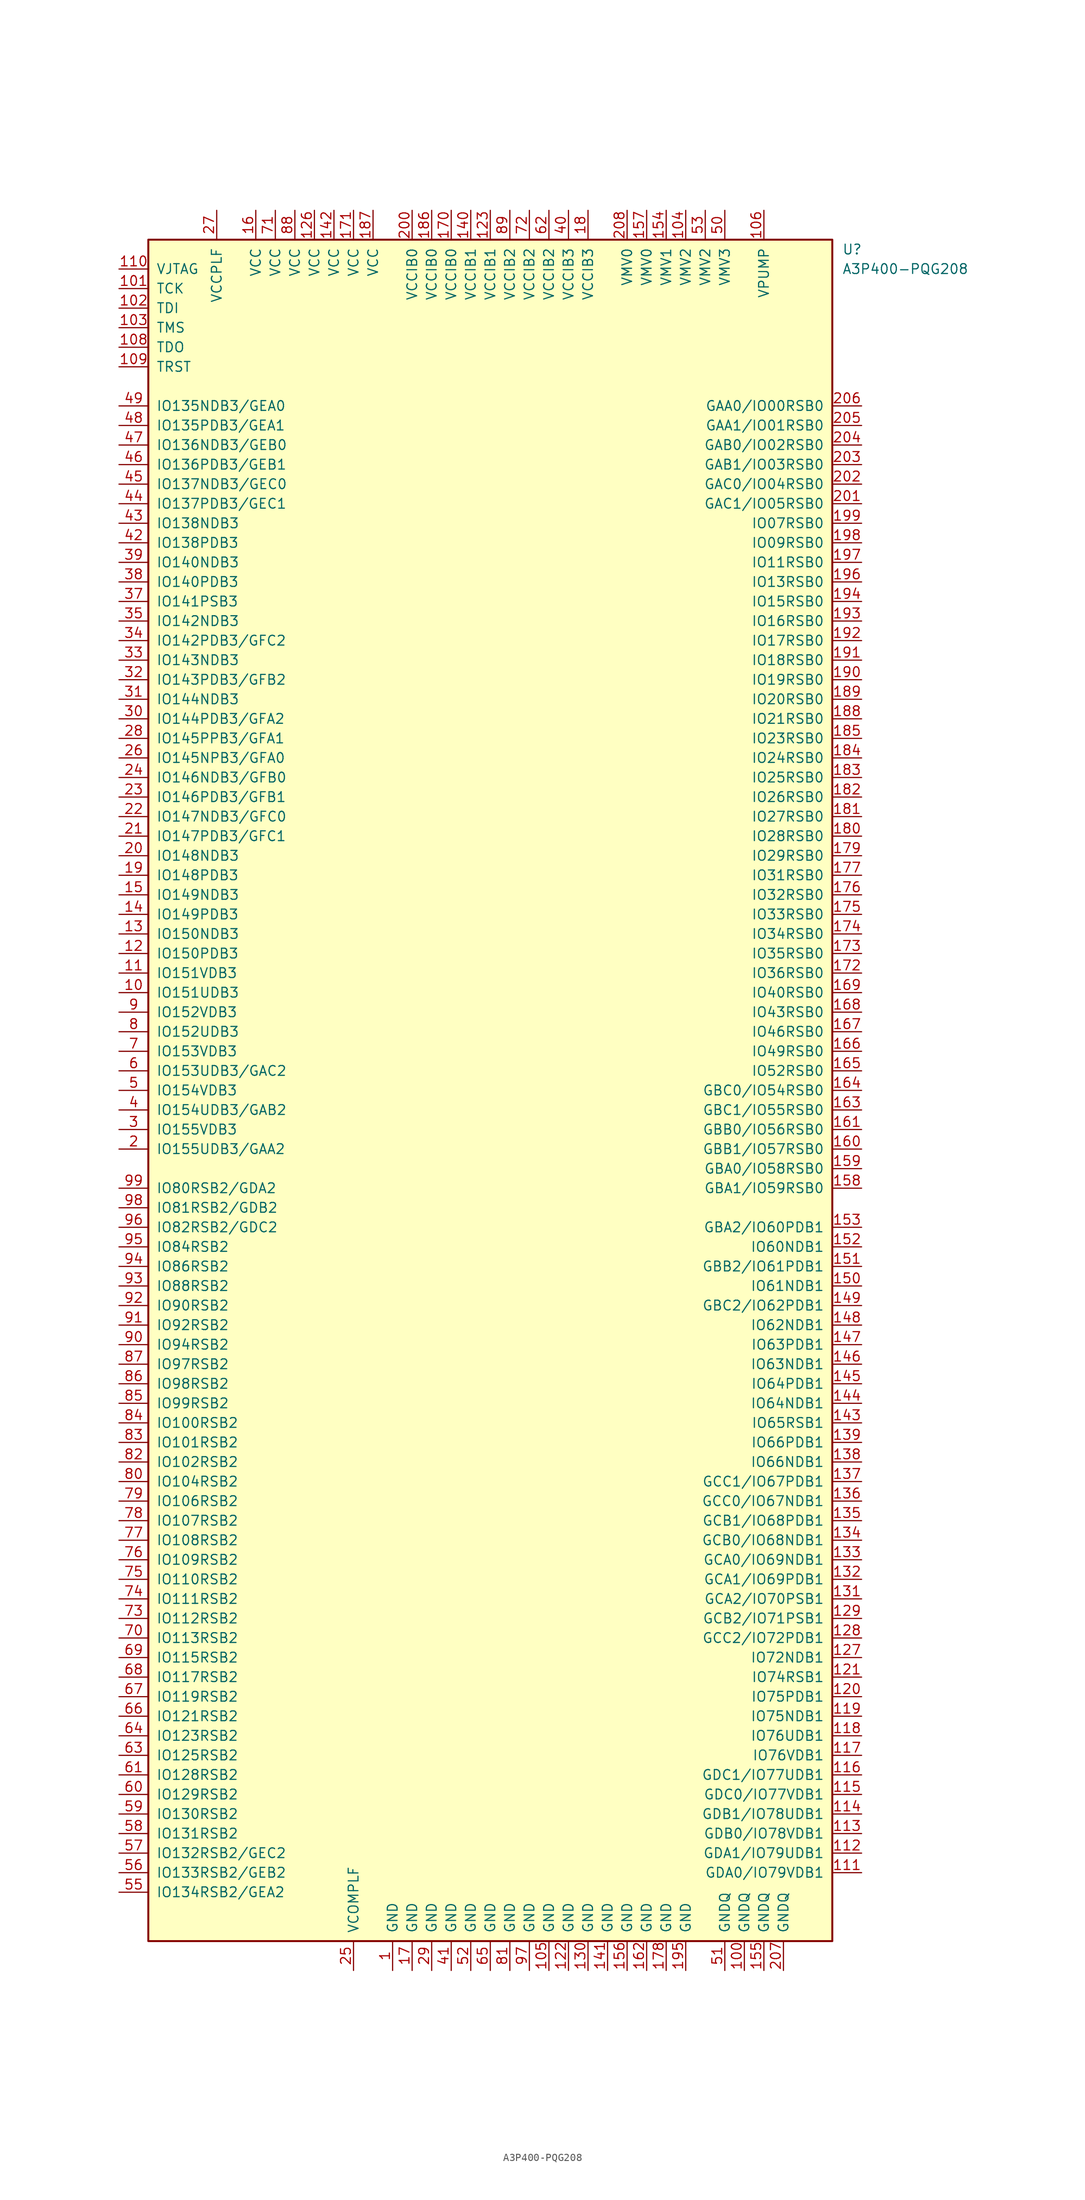
<source format=kicad_sym>
(kicad_symbol_lib
  (version 20201005)
  (generator kicad_symbol_editor)
  (symbol "A3P400-PQG208"
    (pin_names
      (offset 1.016))
    (property "Reference" "U"
      (at 45.72 109.22 0)
      (effects (font (size 1.27 1.27)) (justify left)))
    (property "Value" "A3P400-PQG208"
      (at 45.72 106.68 0)
      (effects (font (size 1.27 1.27)) (justify left)))
    (symbol "A3P400-PQG208_1_0"
      (rectangle (start -44.45 -110.49) (end 44.45 110.49) (stroke (width 0.254)) (fill (type background))))
    (symbol "A3P400-PQG208_1_1"
      (pin power_in line (at -12.7 -114.3 90) (length 3.81) (name "GND" (effects (font (size 1.27 1.27)))) (number "1" (effects (font (size 1.27 1.27)))))
      (pin bidirectional line (at -48.26 12.7 0) (length 3.81) (name "IO151UDB3" (effects (font (size 1.27 1.27)))) (number "10" (effects (font (size 1.27 1.27)))))
      (pin power_in line (at 33.02 -114.3 90) (length 3.81) (name "GNDQ" (effects (font (size 1.27 1.27)))) (number "100" (effects (font (size 1.27 1.27)))))
      (pin bidirectional line (at -48.26 104.14 0) (length 3.81) (name "TCK" (effects (font (size 1.27 1.27)))) (number "101" (effects (font (size 1.27 1.27)))))
      (pin bidirectional line (at -48.26 101.6 0) (length 3.81) (name "TDI" (effects (font (size 1.27 1.27)))) (number "102" (effects (font (size 1.27 1.27)))))
      (pin bidirectional line (at -48.26 99.06 0) (length 3.81) (name "TMS" (effects (font (size 1.27 1.27)))) (number "103" (effects (font (size 1.27 1.27)))))
      (pin power_in line (at 25.4 114.3 270) (length 3.81) (name "VMV2" (effects (font (size 1.27 1.27)))) (number "104" (effects (font (size 1.27 1.27)))))
      (pin power_in line (at 7.62 -114.3 90) (length 3.81) (name "GND" (effects (font (size 1.27 1.27)))) (number "105" (effects (font (size 1.27 1.27)))))
      (pin power_in line (at 35.56 114.3 270) (length 3.81) (name "VPUMP" (effects (font (size 1.27 1.27)))) (number "106" (effects (font (size 1.27 1.27)))))
      (pin bidirectional line (at -48.26 96.52 0) (length 3.81) (name "TDO" (effects (font (size 1.27 1.27)))) (number "108" (effects (font (size 1.27 1.27)))))
      (pin bidirectional line (at -48.26 93.98 0) (length 3.81) (name "TRST" (effects (font (size 1.27 1.27)))) (number "109" (effects (font (size 1.27 1.27)))))
      (pin bidirectional line (at -48.26 15.24 0) (length 3.81) (name "IO151VDB3" (effects (font (size 1.27 1.27)))) (number "11" (effects (font (size 1.27 1.27)))))
      (pin power_in line (at -48.26 106.68 0) (length 3.81) (name "VJTAG" (effects (font (size 1.27 1.27)))) (number "110" (effects (font (size 1.27 1.27)))))
      (pin bidirectional line (at 48.26 -101.6 180) (length 3.81) (name "GDA0/IO79VDB1" (effects (font (size 1.27 1.27)))) (number "111" (effects (font (size 1.27 1.27)))))
      (pin bidirectional line (at 48.26 -99.06 180) (length 3.81) (name "GDA1/IO79UDB1" (effects (font (size 1.27 1.27)))) (number "112" (effects (font (size 1.27 1.27)))))
      (pin bidirectional line (at 48.26 -96.52 180) (length 3.81) (name "GDB0/IO78VDB1" (effects (font (size 1.27 1.27)))) (number "113" (effects (font (size 1.27 1.27)))))
      (pin bidirectional line (at 48.26 -93.98 180) (length 3.81) (name "GDB1/IO78UDB1" (effects (font (size 1.27 1.27)))) (number "114" (effects (font (size 1.27 1.27)))))
      (pin bidirectional line (at 48.26 -91.44 180) (length 3.81) (name "GDC0/IO77VDB1" (effects (font (size 1.27 1.27)))) (number "115" (effects (font (size 1.27 1.27)))))
      (pin bidirectional line (at 48.26 -88.9 180) (length 3.81) (name "GDC1/IO77UDB1" (effects (font (size 1.27 1.27)))) (number "116" (effects (font (size 1.27 1.27)))))
      (pin bidirectional line (at 48.26 -86.36 180) (length 3.81) (name "IO76VDB1" (effects (font (size 1.27 1.27)))) (number "117" (effects (font (size 1.27 1.27)))))
      (pin bidirectional line (at 48.26 -83.82 180) (length 3.81) (name "IO76UDB1" (effects (font (size 1.27 1.27)))) (number "118" (effects (font (size 1.27 1.27)))))
      (pin bidirectional line (at 48.26 -81.28 180) (length 3.81) (name "IO75NDB1" (effects (font (size 1.27 1.27)))) (number "119" (effects (font (size 1.27 1.27)))))
      (pin bidirectional line (at -48.26 17.78 0) (length 3.81) (name "IO150PDB3" (effects (font (size 1.27 1.27)))) (number "12" (effects (font (size 1.27 1.27)))))
      (pin bidirectional line (at 48.26 -78.74 180) (length 3.81) (name "IO75PDB1" (effects (font (size 1.27 1.27)))) (number "120" (effects (font (size 1.27 1.27)))))
      (pin bidirectional line (at 48.26 -76.2 180) (length 3.81) (name "IO74RSB1" (effects (font (size 1.27 1.27)))) (number "121" (effects (font (size 1.27 1.27)))))
      (pin power_in line (at 10.16 -114.3 90) (length 3.81) (name "GND" (effects (font (size 1.27 1.27)))) (number "122" (effects (font (size 1.27 1.27)))))
      (pin power_in line (at 0 114.3 270) (length 3.81) (name "VCCIB1" (effects (font (size 1.27 1.27)))) (number "123" (effects (font (size 1.27 1.27)))))
      (pin power_in line (at -22.86 114.3 270) (length 3.81) (name "VCC" (effects (font (size 1.27 1.27)))) (number "126" (effects (font (size 1.27 1.27)))))
      (pin bidirectional line (at 48.26 -73.66 180) (length 3.81) (name "IO72NDB1" (effects (font (size 1.27 1.27)))) (number "127" (effects (font (size 1.27 1.27)))))
      (pin bidirectional line (at 48.26 -71.12 180) (length 3.81) (name "GCC2/IO72PDB1" (effects (font (size 1.27 1.27)))) (number "128" (effects (font (size 1.27 1.27)))))
      (pin bidirectional line (at 48.26 -68.58 180) (length 3.81) (name "GCB2/IO71PSB1" (effects (font (size 1.27 1.27)))) (number "129" (effects (font (size 1.27 1.27)))))
      (pin bidirectional line (at -48.26 20.32 0) (length 3.81) (name "IO150NDB3" (effects (font (size 1.27 1.27)))) (number "13" (effects (font (size 1.27 1.27)))))
      (pin power_in line (at 12.7 -114.3 90) (length 3.81) (name "GND" (effects (font (size 1.27 1.27)))) (number "130" (effects (font (size 1.27 1.27)))))
      (pin bidirectional line (at 48.26 -66.04 180) (length 3.81) (name "GCA2/IO70PSB1" (effects (font (size 1.27 1.27)))) (number "131" (effects (font (size 1.27 1.27)))))
      (pin bidirectional line (at 48.26 -63.5 180) (length 3.81) (name "GCA1/IO69PDB1" (effects (font (size 1.27 1.27)))) (number "132" (effects (font (size 1.27 1.27)))))
      (pin bidirectional line (at 48.26 -60.96 180) (length 3.81) (name "GCA0/IO69NDB1" (effects (font (size 1.27 1.27)))) (number "133" (effects (font (size 1.27 1.27)))))
      (pin bidirectional line (at 48.26 -58.42 180) (length 3.81) (name "GCB0/IO68NDB1" (effects (font (size 1.27 1.27)))) (number "134" (effects (font (size 1.27 1.27)))))
      (pin bidirectional line (at 48.26 -55.88 180) (length 3.81) (name "GCB1/IO68PDB1" (effects (font (size 1.27 1.27)))) (number "135" (effects (font (size 1.27 1.27)))))
      (pin bidirectional line (at 48.26 -53.34 180) (length 3.81) (name "GCC0/IO67NDB1" (effects (font (size 1.27 1.27)))) (number "136" (effects (font (size 1.27 1.27)))))
      (pin bidirectional line (at 48.26 -50.8 180) (length 3.81) (name "GCC1/IO67PDB1" (effects (font (size 1.27 1.27)))) (number "137" (effects (font (size 1.27 1.27)))))
      (pin bidirectional line (at 48.26 -48.26 180) (length 3.81) (name "IO66NDB1" (effects (font (size 1.27 1.27)))) (number "138" (effects (font (size 1.27 1.27)))))
      (pin bidirectional line (at 48.26 -45.72 180) (length 3.81) (name "IO66PDB1" (effects (font (size 1.27 1.27)))) (number "139" (effects (font (size 1.27 1.27)))))
      (pin bidirectional line (at -48.26 22.86 0) (length 3.81) (name "IO149PDB3" (effects (font (size 1.27 1.27)))) (number "14" (effects (font (size 1.27 1.27)))))
      (pin power_in line (at -2.54 114.3 270) (length 3.81) (name "VCCIB1" (effects (font (size 1.27 1.27)))) (number "140" (effects (font (size 1.27 1.27)))))
      (pin power_in line (at 15.24 -114.3 90) (length 3.81) (name "GND" (effects (font (size 1.27 1.27)))) (number "141" (effects (font (size 1.27 1.27)))))
      (pin power_in line (at -20.32 114.3 270) (length 3.81) (name "VCC" (effects (font (size 1.27 1.27)))) (number "142" (effects (font (size 1.27 1.27)))))
      (pin bidirectional line (at 48.26 -43.18 180) (length 3.81) (name "IO65RSB1" (effects (font (size 1.27 1.27)))) (number "143" (effects (font (size 1.27 1.27)))))
      (pin bidirectional line (at 48.26 -40.64 180) (length 3.81) (name "IO64NDB1" (effects (font (size 1.27 1.27)))) (number "144" (effects (font (size 1.27 1.27)))))
      (pin bidirectional line (at 48.26 -38.1 180) (length 3.81) (name "IO64PDB1" (effects (font (size 1.27 1.27)))) (number "145" (effects (font (size 1.27 1.27)))))
      (pin bidirectional line (at 48.26 -35.56 180) (length 3.81) (name "IO63NDB1" (effects (font (size 1.27 1.27)))) (number "146" (effects (font (size 1.27 1.27)))))
      (pin bidirectional line (at 48.26 -33.02 180) (length 3.81) (name "IO63PDB1" (effects (font (size 1.27 1.27)))) (number "147" (effects (font (size 1.27 1.27)))))
      (pin bidirectional line (at 48.26 -30.48 180) (length 3.81) (name "IO62NDB1" (effects (font (size 1.27 1.27)))) (number "148" (effects (font (size 1.27 1.27)))))
      (pin bidirectional line (at 48.26 -27.94 180) (length 3.81) (name "GBC2/IO62PDB1" (effects (font (size 1.27 1.27)))) (number "149" (effects (font (size 1.27 1.27)))))
      (pin bidirectional line (at -48.26 25.4 0) (length 3.81) (name "IO149NDB3" (effects (font (size 1.27 1.27)))) (number "15" (effects (font (size 1.27 1.27)))))
      (pin bidirectional line (at 48.26 -25.4 180) (length 3.81) (name "IO61NDB1" (effects (font (size 1.27 1.27)))) (number "150" (effects (font (size 1.27 1.27)))))
      (pin bidirectional line (at 48.26 -22.86 180) (length 3.81) (name "GBB2/IO61PDB1" (effects (font (size 1.27 1.27)))) (number "151" (effects (font (size 1.27 1.27)))))
      (pin bidirectional line (at 48.26 -20.32 180) (length 3.81) (name "IO60NDB1" (effects (font (size 1.27 1.27)))) (number "152" (effects (font (size 1.27 1.27)))))
      (pin bidirectional line (at 48.26 -17.78 180) (length 3.81) (name "GBA2/IO60PDB1" (effects (font (size 1.27 1.27)))) (number "153" (effects (font (size 1.27 1.27)))))
      (pin power_in line (at 22.86 114.3 270) (length 3.81) (name "VMV1" (effects (font (size 1.27 1.27)))) (number "154" (effects (font (size 1.27 1.27)))))
      (pin power_in line (at 35.56 -114.3 90) (length 3.81) (name "GNDQ" (effects (font (size 1.27 1.27)))) (number "155" (effects (font (size 1.27 1.27)))))
      (pin power_in line (at 17.78 -114.3 90) (length 3.81) (name "GND" (effects (font (size 1.27 1.27)))) (number "156" (effects (font (size 1.27 1.27)))))
      (pin power_in line (at 20.32 114.3 270) (length 3.81) (name "VMV0" (effects (font (size 1.27 1.27)))) (number "157" (effects (font (size 1.27 1.27)))))
      (pin bidirectional line (at 48.26 -12.7 180) (length 3.81) (name "GBA1/IO59RSB0" (effects (font (size 1.27 1.27)))) (number "158" (effects (font (size 1.27 1.27)))))
      (pin bidirectional line (at 48.26 -10.16 180) (length 3.81) (name "GBA0/IO58RSB0" (effects (font (size 1.27 1.27)))) (number "159" (effects (font (size 1.27 1.27)))))
      (pin power_in line (at -30.48 114.3 270) (length 3.81) (name "VCC" (effects (font (size 1.27 1.27)))) (number "16" (effects (font (size 1.27 1.27)))))
      (pin bidirectional line (at 48.26 -7.62 180) (length 3.81) (name "GBB1/IO57RSB0" (effects (font (size 1.27 1.27)))) (number "160" (effects (font (size 1.27 1.27)))))
      (pin bidirectional line (at 48.26 -5.08 180) (length 3.81) (name "GBB0/IO56RSB0" (effects (font (size 1.27 1.27)))) (number "161" (effects (font (size 1.27 1.27)))))
      (pin power_in line (at 20.32 -114.3 90) (length 3.81) (name "GND" (effects (font (size 1.27 1.27)))) (number "162" (effects (font (size 1.27 1.27)))))
      (pin bidirectional line (at 48.26 -2.54 180) (length 3.81) (name "GBC1/IO55RSB0" (effects (font (size 1.27 1.27)))) (number "163" (effects (font (size 1.27 1.27)))))
      (pin bidirectional line (at 48.26 0 180) (length 3.81) (name "GBC0/IO54RSB0" (effects (font (size 1.27 1.27)))) (number "164" (effects (font (size 1.27 1.27)))))
      (pin bidirectional line (at 48.26 2.54 180) (length 3.81) (name "IO52RSB0" (effects (font (size 1.27 1.27)))) (number "165" (effects (font (size 1.27 1.27)))))
      (pin bidirectional line (at 48.26 5.08 180) (length 3.81) (name "IO49RSB0" (effects (font (size 1.27 1.27)))) (number "166" (effects (font (size 1.27 1.27)))))
      (pin bidirectional line (at 48.26 7.62 180) (length 3.81) (name "IO46RSB0" (effects (font (size 1.27 1.27)))) (number "167" (effects (font (size 1.27 1.27)))))
      (pin bidirectional line (at 48.26 10.16 180) (length 3.81) (name "IO43RSB0" (effects (font (size 1.27 1.27)))) (number "168" (effects (font (size 1.27 1.27)))))
      (pin bidirectional line (at 48.26 12.7 180) (length 3.81) (name "IO40RSB0" (effects (font (size 1.27 1.27)))) (number "169" (effects (font (size 1.27 1.27)))))
      (pin power_in line (at -10.16 -114.3 90) (length 3.81) (name "GND" (effects (font (size 1.27 1.27)))) (number "17" (effects (font (size 1.27 1.27)))))
      (pin power_in line (at -5.08 114.3 270) (length 3.81) (name "VCCIB0" (effects (font (size 1.27 1.27)))) (number "170" (effects (font (size 1.27 1.27)))))
      (pin power_in line (at -17.78 114.3 270) (length 3.81) (name "VCC" (effects (font (size 1.27 1.27)))) (number "171" (effects (font (size 1.27 1.27)))))
      (pin bidirectional line (at 48.26 15.24 180) (length 3.81) (name "IO36RSB0" (effects (font (size 1.27 1.27)))) (number "172" (effects (font (size 1.27 1.27)))))
      (pin bidirectional line (at 48.26 17.78 180) (length 3.81) (name "IO35RSB0" (effects (font (size 1.27 1.27)))) (number "173" (effects (font (size 1.27 1.27)))))
      (pin bidirectional line (at 48.26 20.32 180) (length 3.81) (name "IO34RSB0" (effects (font (size 1.27 1.27)))) (number "174" (effects (font (size 1.27 1.27)))))
      (pin bidirectional line (at 48.26 22.86 180) (length 3.81) (name "IO33RSB0" (effects (font (size 1.27 1.27)))) (number "175" (effects (font (size 1.27 1.27)))))
      (pin bidirectional line (at 48.26 25.4 180) (length 3.81) (name "IO32RSB0" (effects (font (size 1.27 1.27)))) (number "176" (effects (font (size 1.27 1.27)))))
      (pin bidirectional line (at 48.26 27.94 180) (length 3.81) (name "IO31RSB0" (effects (font (size 1.27 1.27)))) (number "177" (effects (font (size 1.27 1.27)))))
      (pin power_in line (at 22.86 -114.3 90) (length 3.81) (name "GND" (effects (font (size 1.27 1.27)))) (number "178" (effects (font (size 1.27 1.27)))))
      (pin bidirectional line (at 48.26 30.48 180) (length 3.81) (name "IO29RSB0" (effects (font (size 1.27 1.27)))) (number "179" (effects (font (size 1.27 1.27)))))
      (pin power_in line (at 12.7 114.3 270) (length 3.81) (name "VCCIB3" (effects (font (size 1.27 1.27)))) (number "18" (effects (font (size 1.27 1.27)))))
      (pin bidirectional line (at 48.26 33.02 180) (length 3.81) (name "IO28RSB0" (effects (font (size 1.27 1.27)))) (number "180" (effects (font (size 1.27 1.27)))))
      (pin bidirectional line (at 48.26 35.56 180) (length 3.81) (name "IO27RSB0" (effects (font (size 1.27 1.27)))) (number "181" (effects (font (size 1.27 1.27)))))
      (pin bidirectional line (at 48.26 38.1 180) (length 3.81) (name "IO26RSB0" (effects (font (size 1.27 1.27)))) (number "182" (effects (font (size 1.27 1.27)))))
      (pin bidirectional line (at 48.26 40.64 180) (length 3.81) (name "IO25RSB0" (effects (font (size 1.27 1.27)))) (number "183" (effects (font (size 1.27 1.27)))))
      (pin bidirectional line (at 48.26 43.18 180) (length 3.81) (name "IO24RSB0" (effects (font (size 1.27 1.27)))) (number "184" (effects (font (size 1.27 1.27)))))
      (pin bidirectional line (at 48.26 45.72 180) (length 3.81) (name "IO23RSB0" (effects (font (size 1.27 1.27)))) (number "185" (effects (font (size 1.27 1.27)))))
      (pin power_in line (at -7.62 114.3 270) (length 3.81) (name "VCCIB0" (effects (font (size 1.27 1.27)))) (number "186" (effects (font (size 1.27 1.27)))))
      (pin power_in line (at -15.24 114.3 270) (length 3.81) (name "VCC" (effects (font (size 1.27 1.27)))) (number "187" (effects (font (size 1.27 1.27)))))
      (pin bidirectional line (at 48.26 48.26 180) (length 3.81) (name "IO21RSB0" (effects (font (size 1.27 1.27)))) (number "188" (effects (font (size 1.27 1.27)))))
      (pin bidirectional line (at 48.26 50.8 180) (length 3.81) (name "IO20RSB0" (effects (font (size 1.27 1.27)))) (number "189" (effects (font (size 1.27 1.27)))))
      (pin bidirectional line (at -48.26 27.94 0) (length 3.81) (name "IO148PDB3" (effects (font (size 1.27 1.27)))) (number "19" (effects (font (size 1.27 1.27)))))
      (pin bidirectional line (at 48.26 53.34 180) (length 3.81) (name "IO19RSB0" (effects (font (size 1.27 1.27)))) (number "190" (effects (font (size 1.27 1.27)))))
      (pin bidirectional line (at 48.26 55.88 180) (length 3.81) (name "IO18RSB0" (effects (font (size 1.27 1.27)))) (number "191" (effects (font (size 1.27 1.27)))))
      (pin bidirectional line (at 48.26 58.42 180) (length 3.81) (name "IO17RSB0" (effects (font (size 1.27 1.27)))) (number "192" (effects (font (size 1.27 1.27)))))
      (pin bidirectional line (at 48.26 60.96 180) (length 3.81) (name "IO16RSB0" (effects (font (size 1.27 1.27)))) (number "193" (effects (font (size 1.27 1.27)))))
      (pin bidirectional line (at 48.26 63.5 180) (length 3.81) (name "IO15RSB0" (effects (font (size 1.27 1.27)))) (number "194" (effects (font (size 1.27 1.27)))))
      (pin power_in line (at 25.4 -114.3 90) (length 3.81) (name "GND" (effects (font (size 1.27 1.27)))) (number "195" (effects (font (size 1.27 1.27)))))
      (pin bidirectional line (at 48.26 66.04 180) (length 3.81) (name "IO13RSB0" (effects (font (size 1.27 1.27)))) (number "196" (effects (font (size 1.27 1.27)))))
      (pin bidirectional line (at 48.26 68.58 180) (length 3.81) (name "IO11RSB0" (effects (font (size 1.27 1.27)))) (number "197" (effects (font (size 1.27 1.27)))))
      (pin bidirectional line (at 48.26 71.12 180) (length 3.81) (name "IO09RSB0" (effects (font (size 1.27 1.27)))) (number "198" (effects (font (size 1.27 1.27)))))
      (pin bidirectional line (at 48.26 73.66 180) (length 3.81) (name "IO07RSB0" (effects (font (size 1.27 1.27)))) (number "199" (effects (font (size 1.27 1.27)))))
      (pin bidirectional line (at -48.26 -7.62 0) (length 3.81) (name "IO155UDB3/GAA2" (effects (font (size 1.27 1.27)))) (number "2" (effects (font (size 1.27 1.27)))))
      (pin bidirectional line (at -48.26 30.48 0) (length 3.81) (name "IO148NDB3" (effects (font (size 1.27 1.27)))) (number "20" (effects (font (size 1.27 1.27)))))
      (pin power_in line (at -10.16 114.3 270) (length 3.81) (name "VCCIB0" (effects (font (size 1.27 1.27)))) (number "200" (effects (font (size 1.27 1.27)))))
      (pin bidirectional line (at 48.26 76.2 180) (length 3.81) (name "GAC1/IO05RSB0" (effects (font (size 1.27 1.27)))) (number "201" (effects (font (size 1.27 1.27)))))
      (pin bidirectional line (at 48.26 78.74 180) (length 3.81) (name "GAC0/IO04RSB0" (effects (font (size 1.27 1.27)))) (number "202" (effects (font (size 1.27 1.27)))))
      (pin bidirectional line (at 48.26 81.28 180) (length 3.81) (name "GAB1/IO03RSB0" (effects (font (size 1.27 1.27)))) (number "203" (effects (font (size 1.27 1.27)))))
      (pin bidirectional line (at 48.26 83.82 180) (length 3.81) (name "GAB0/IO02RSB0" (effects (font (size 1.27 1.27)))) (number "204" (effects (font (size 1.27 1.27)))))
      (pin bidirectional line (at 48.26 86.36 180) (length 3.81) (name "GAA1/IO01RSB0" (effects (font (size 1.27 1.27)))) (number "205" (effects (font (size 1.27 1.27)))))
      (pin bidirectional line (at 48.26 88.9 180) (length 3.81) (name "GAA0/IO00RSB0" (effects (font (size 1.27 1.27)))) (number "206" (effects (font (size 1.27 1.27)))))
      (pin power_in line (at 38.1 -114.3 90) (length 3.81) (name "GNDQ" (effects (font (size 1.27 1.27)))) (number "207" (effects (font (size 1.27 1.27)))))
      (pin power_in line (at 17.78 114.3 270) (length 3.81) (name "VMV0" (effects (font (size 1.27 1.27)))) (number "208" (effects (font (size 1.27 1.27)))))
      (pin bidirectional line (at -48.26 33.02 0) (length 3.81) (name "IO147PDB3/GFC1" (effects (font (size 1.27 1.27)))) (number "21" (effects (font (size 1.27 1.27)))))
      (pin bidirectional line (at -48.26 35.56 0) (length 3.81) (name "IO147NDB3/GFC0" (effects (font (size 1.27 1.27)))) (number "22" (effects (font (size 1.27 1.27)))))
      (pin bidirectional line (at -48.26 38.1 0) (length 3.81) (name "IO146PDB3/GFB1" (effects (font (size 1.27 1.27)))) (number "23" (effects (font (size 1.27 1.27)))))
      (pin bidirectional line (at -48.26 40.64 0) (length 3.81) (name "IO146NDB3/GFB0" (effects (font (size 1.27 1.27)))) (number "24" (effects (font (size 1.27 1.27)))))
      (pin power_in line (at -17.78 -114.3 90) (length 3.81) (name "VCOMPLF" (effects (font (size 1.27 1.27)))) (number "25" (effects (font (size 1.27 1.27)))))
      (pin bidirectional line (at -48.26 43.18 0) (length 3.81) (name "IO145NPB3/GFA0" (effects (font (size 1.27 1.27)))) (number "26" (effects (font (size 1.27 1.27)))))
      (pin power_in line (at -35.56 114.3 270) (length 3.81) (name "VCCPLF" (effects (font (size 1.27 1.27)))) (number "27" (effects (font (size 1.27 1.27)))))
      (pin bidirectional line (at -48.26 45.72 0) (length 3.81) (name "IO145PPB3/GFA1" (effects (font (size 1.27 1.27)))) (number "28" (effects (font (size 1.27 1.27)))))
      (pin power_in line (at -7.62 -114.3 90) (length 3.81) (name "GND" (effects (font (size 1.27 1.27)))) (number "29" (effects (font (size 1.27 1.27)))))
      (pin bidirectional line (at -48.26 -5.08 0) (length 3.81) (name "IO155VDB3" (effects (font (size 1.27 1.27)))) (number "3" (effects (font (size 1.27 1.27)))))
      (pin bidirectional line (at -48.26 48.26 0) (length 3.81) (name "IO144PDB3/GFA2" (effects (font (size 1.27 1.27)))) (number "30" (effects (font (size 1.27 1.27)))))
      (pin bidirectional line (at -48.26 50.8 0) (length 3.81) (name "IO144NDB3" (effects (font (size 1.27 1.27)))) (number "31" (effects (font (size 1.27 1.27)))))
      (pin bidirectional line (at -48.26 53.34 0) (length 3.81) (name "IO143PDB3/GFB2" (effects (font (size 1.27 1.27)))) (number "32" (effects (font (size 1.27 1.27)))))
      (pin bidirectional line (at -48.26 55.88 0) (length 3.81) (name "IO143NDB3" (effects (font (size 1.27 1.27)))) (number "33" (effects (font (size 1.27 1.27)))))
      (pin bidirectional line (at -48.26 58.42 0) (length 3.81) (name "IO142PDB3/GFC2" (effects (font (size 1.27 1.27)))) (number "34" (effects (font (size 1.27 1.27)))))
      (pin bidirectional line (at -48.26 60.96 0) (length 3.81) (name "IO142NDB3" (effects (font (size 1.27 1.27)))) (number "35" (effects (font (size 1.27 1.27)))))
      (pin bidirectional line (at -48.26 63.5 0) (length 3.81) (name "IO141PSB3" (effects (font (size 1.27 1.27)))) (number "37" (effects (font (size 1.27 1.27)))))
      (pin bidirectional line (at -48.26 66.04 0) (length 3.81) (name "IO140PDB3" (effects (font (size 1.27 1.27)))) (number "38" (effects (font (size 1.27 1.27)))))
      (pin bidirectional line (at -48.26 68.58 0) (length 3.81) (name "IO140NDB3" (effects (font (size 1.27 1.27)))) (number "39" (effects (font (size 1.27 1.27)))))
      (pin bidirectional line (at -48.26 -2.54 0) (length 3.81) (name "IO154UDB3/GAB2" (effects (font (size 1.27 1.27)))) (number "4" (effects (font (size 1.27 1.27)))))
      (pin power_in line (at 10.16 114.3 270) (length 3.81) (name "VCCIB3" (effects (font (size 1.27 1.27)))) (number "40" (effects (font (size 1.27 1.27)))))
      (pin power_in line (at -5.08 -114.3 90) (length 3.81) (name "GND" (effects (font (size 1.27 1.27)))) (number "41" (effects (font (size 1.27 1.27)))))
      (pin bidirectional line (at -48.26 71.12 0) (length 3.81) (name "IO138PDB3" (effects (font (size 1.27 1.27)))) (number "42" (effects (font (size 1.27 1.27)))))
      (pin bidirectional line (at -48.26 73.66 0) (length 3.81) (name "IO138NDB3" (effects (font (size 1.27 1.27)))) (number "43" (effects (font (size 1.27 1.27)))))
      (pin bidirectional line (at -48.26 76.2 0) (length 3.81) (name "IO137PDB3/GEC1" (effects (font (size 1.27 1.27)))) (number "44" (effects (font (size 1.27 1.27)))))
      (pin bidirectional line (at -48.26 78.74 0) (length 3.81) (name "IO137NDB3/GEC0" (effects (font (size 1.27 1.27)))) (number "45" (effects (font (size 1.27 1.27)))))
      (pin bidirectional line (at -48.26 81.28 0) (length 3.81) (name "IO136PDB3/GEB1" (effects (font (size 1.27 1.27)))) (number "46" (effects (font (size 1.27 1.27)))))
      (pin bidirectional line (at -48.26 83.82 0) (length 3.81) (name "IO136NDB3/GEB0" (effects (font (size 1.27 1.27)))) (number "47" (effects (font (size 1.27 1.27)))))
      (pin bidirectional line (at -48.26 86.36 0) (length 3.81) (name "IO135PDB3/GEA1" (effects (font (size 1.27 1.27)))) (number "48" (effects (font (size 1.27 1.27)))))
      (pin bidirectional line (at -48.26 88.9 0) (length 3.81) (name "IO135NDB3/GEA0" (effects (font (size 1.27 1.27)))) (number "49" (effects (font (size 1.27 1.27)))))
      (pin bidirectional line (at -48.26 0 0) (length 3.81) (name "IO154VDB3" (effects (font (size 1.27 1.27)))) (number "5" (effects (font (size 1.27 1.27)))))
      (pin power_in line (at 30.48 114.3 270) (length 3.81) (name "VMV3" (effects (font (size 1.27 1.27)))) (number "50" (effects (font (size 1.27 1.27)))))
      (pin power_in line (at 30.48 -114.3 90) (length 3.81) (name "GNDQ" (effects (font (size 1.27 1.27)))) (number "51" (effects (font (size 1.27 1.27)))))
      (pin power_in line (at -2.54 -114.3 90) (length 3.81) (name "GND" (effects (font (size 1.27 1.27)))) (number "52" (effects (font (size 1.27 1.27)))))
      (pin power_in line (at 27.94 114.3 270) (length 3.81) (name "VMV2" (effects (font (size 1.27 1.27)))) (number "53" (effects (font (size 1.27 1.27)))))
      (pin bidirectional line (at -48.26 -104.14 0) (length 3.81) (name "IO134RSB2/GEA2" (effects (font (size 1.27 1.27)))) (number "55" (effects (font (size 1.27 1.27)))))
      (pin bidirectional line (at -48.26 -101.6 0) (length 3.81) (name "IO133RSB2/GEB2" (effects (font (size 1.27 1.27)))) (number "56" (effects (font (size 1.27 1.27)))))
      (pin bidirectional line (at -48.26 -99.06 0) (length 3.81) (name "IO132RSB2/GEC2" (effects (font (size 1.27 1.27)))) (number "57" (effects (font (size 1.27 1.27)))))
      (pin bidirectional line (at -48.26 -96.52 0) (length 3.81) (name "IO131RSB2" (effects (font (size 1.27 1.27)))) (number "58" (effects (font (size 1.27 1.27)))))
      (pin bidirectional line (at -48.26 -93.98 0) (length 3.81) (name "IO130RSB2" (effects (font (size 1.27 1.27)))) (number "59" (effects (font (size 1.27 1.27)))))
      (pin bidirectional line (at -48.26 2.54 0) (length 3.81) (name "IO153UDB3/GAC2" (effects (font (size 1.27 1.27)))) (number "6" (effects (font (size 1.27 1.27)))))
      (pin bidirectional line (at -48.26 -91.44 0) (length 3.81) (name "IO129RSB2" (effects (font (size 1.27 1.27)))) (number "60" (effects (font (size 1.27 1.27)))))
      (pin bidirectional line (at -48.26 -88.9 0) (length 3.81) (name "IO128RSB2" (effects (font (size 1.27 1.27)))) (number "61" (effects (font (size 1.27 1.27)))))
      (pin power_in line (at 7.62 114.3 270) (length 3.81) (name "VCCIB2" (effects (font (size 1.27 1.27)))) (number "62" (effects (font (size 1.27 1.27)))))
      (pin bidirectional line (at -48.26 -86.36 0) (length 3.81) (name "IO125RSB2" (effects (font (size 1.27 1.27)))) (number "63" (effects (font (size 1.27 1.27)))))
      (pin bidirectional line (at -48.26 -83.82 0) (length 3.81) (name "IO123RSB2" (effects (font (size 1.27 1.27)))) (number "64" (effects (font (size 1.27 1.27)))))
      (pin power_in line (at 0 -114.3 90) (length 3.81) (name "GND" (effects (font (size 1.27 1.27)))) (number "65" (effects (font (size 1.27 1.27)))))
      (pin bidirectional line (at -48.26 -81.28 0) (length 3.81) (name "IO121RSB2" (effects (font (size 1.27 1.27)))) (number "66" (effects (font (size 1.27 1.27)))))
      (pin bidirectional line (at -48.26 -78.74 0) (length 3.81) (name "IO119RSB2" (effects (font (size 1.27 1.27)))) (number "67" (effects (font (size 1.27 1.27)))))
      (pin bidirectional line (at -48.26 -76.2 0) (length 3.81) (name "IO117RSB2" (effects (font (size 1.27 1.27)))) (number "68" (effects (font (size 1.27 1.27)))))
      (pin bidirectional line (at -48.26 -73.66 0) (length 3.81) (name "IO115RSB2" (effects (font (size 1.27 1.27)))) (number "69" (effects (font (size 1.27 1.27)))))
      (pin bidirectional line (at -48.26 5.08 0) (length 3.81) (name "IO153VDB3" (effects (font (size 1.27 1.27)))) (number "7" (effects (font (size 1.27 1.27)))))
      (pin bidirectional line (at -48.26 -71.12 0) (length 3.81) (name "IO113RSB2" (effects (font (size 1.27 1.27)))) (number "70" (effects (font (size 1.27 1.27)))))
      (pin power_in line (at -27.94 114.3 270) (length 3.81) (name "VCC" (effects (font (size 1.27 1.27)))) (number "71" (effects (font (size 1.27 1.27)))))
      (pin power_in line (at 5.08 114.3 270) (length 3.81) (name "VCCIB2" (effects (font (size 1.27 1.27)))) (number "72" (effects (font (size 1.27 1.27)))))
      (pin bidirectional line (at -48.26 -68.58 0) (length 3.81) (name "IO112RSB2" (effects (font (size 1.27 1.27)))) (number "73" (effects (font (size 1.27 1.27)))))
      (pin bidirectional line (at -48.26 -66.04 0) (length 3.81) (name "IO111RSB2" (effects (font (size 1.27 1.27)))) (number "74" (effects (font (size 1.27 1.27)))))
      (pin bidirectional line (at -48.26 -63.5 0) (length 3.81) (name "IO110RSB2" (effects (font (size 1.27 1.27)))) (number "75" (effects (font (size 1.27 1.27)))))
      (pin bidirectional line (at -48.26 -60.96 0) (length 3.81) (name "IO109RSB2" (effects (font (size 1.27 1.27)))) (number "76" (effects (font (size 1.27 1.27)))))
      (pin bidirectional line (at -48.26 -58.42 0) (length 3.81) (name "IO108RSB2" (effects (font (size 1.27 1.27)))) (number "77" (effects (font (size 1.27 1.27)))))
      (pin bidirectional line (at -48.26 -55.88 0) (length 3.81) (name "IO107RSB2" (effects (font (size 1.27 1.27)))) (number "78" (effects (font (size 1.27 1.27)))))
      (pin bidirectional line (at -48.26 -53.34 0) (length 3.81) (name "IO106RSB2" (effects (font (size 1.27 1.27)))) (number "79" (effects (font (size 1.27 1.27)))))
      (pin bidirectional line (at -48.26 7.62 0) (length 3.81) (name "IO152UDB3" (effects (font (size 1.27 1.27)))) (number "8" (effects (font (size 1.27 1.27)))))
      (pin bidirectional line (at -48.26 -50.8 0) (length 3.81) (name "IO104RSB2" (effects (font (size 1.27 1.27)))) (number "80" (effects (font (size 1.27 1.27)))))
      (pin power_in line (at 2.54 -114.3 90) (length 3.81) (name "GND" (effects (font (size 1.27 1.27)))) (number "81" (effects (font (size 1.27 1.27)))))
      (pin bidirectional line (at -48.26 -48.26 0) (length 3.81) (name "IO102RSB2" (effects (font (size 1.27 1.27)))) (number "82" (effects (font (size 1.27 1.27)))))
      (pin bidirectional line (at -48.26 -45.72 0) (length 3.81) (name "IO101RSB2" (effects (font (size 1.27 1.27)))) (number "83" (effects (font (size 1.27 1.27)))))
      (pin bidirectional line (at -48.26 -43.18 0) (length 3.81) (name "IO100RSB2" (effects (font (size 1.27 1.27)))) (number "84" (effects (font (size 1.27 1.27)))))
      (pin bidirectional line (at -48.26 -40.64 0) (length 3.81) (name "IO99RSB2" (effects (font (size 1.27 1.27)))) (number "85" (effects (font (size 1.27 1.27)))))
      (pin bidirectional line (at -48.26 -38.1 0) (length 3.81) (name "IO98RSB2" (effects (font (size 1.27 1.27)))) (number "86" (effects (font (size 1.27 1.27)))))
      (pin bidirectional line (at -48.26 -35.56 0) (length 3.81) (name "IO97RSB2" (effects (font (size 1.27 1.27)))) (number "87" (effects (font (size 1.27 1.27)))))
      (pin power_in line (at -25.4 114.3 270) (length 3.81) (name "VCC" (effects (font (size 1.27 1.27)))) (number "88" (effects (font (size 1.27 1.27)))))
      (pin power_in line (at 2.54 114.3 270) (length 3.81) (name "VCCIB2" (effects (font (size 1.27 1.27)))) (number "89" (effects (font (size 1.27 1.27)))))
      (pin bidirectional line (at -48.26 10.16 0) (length 3.81) (name "IO152VDB3" (effects (font (size 1.27 1.27)))) (number "9" (effects (font (size 1.27 1.27)))))
      (pin bidirectional line (at -48.26 -33.02 0) (length 3.81) (name "IO94RSB2" (effects (font (size 1.27 1.27)))) (number "90" (effects (font (size 1.27 1.27)))))
      (pin bidirectional line (at -48.26 -30.48 0) (length 3.81) (name "IO92RSB2" (effects (font (size 1.27 1.27)))) (number "91" (effects (font (size 1.27 1.27)))))
      (pin bidirectional line (at -48.26 -27.94 0) (length 3.81) (name "IO90RSB2" (effects (font (size 1.27 1.27)))) (number "92" (effects (font (size 1.27 1.27)))))
      (pin bidirectional line (at -48.26 -25.4 0) (length 3.81) (name "IO88RSB2" (effects (font (size 1.27 1.27)))) (number "93" (effects (font (size 1.27 1.27)))))
      (pin bidirectional line (at -48.26 -22.86 0) (length 3.81) (name "IO86RSB2" (effects (font (size 1.27 1.27)))) (number "94" (effects (font (size 1.27 1.27)))))
      (pin bidirectional line (at -48.26 -20.32 0) (length 3.81) (name "IO84RSB2" (effects (font (size 1.27 1.27)))) (number "95" (effects (font (size 1.27 1.27)))))
      (pin bidirectional line (at -48.26 -17.78 0) (length 3.81) (name "IO82RSB2/GDC2" (effects (font (size 1.27 1.27)))) (number "96" (effects (font (size 1.27 1.27)))))
      (pin power_in line (at 5.08 -114.3 90) (length 3.81) (name "GND" (effects (font (size 1.27 1.27)))) (number "97" (effects (font (size 1.27 1.27)))))
      (pin bidirectional line (at -48.26 -15.24 0) (length 3.81) (name "IO81RSB2/GDB2" (effects (font (size 1.27 1.27)))) (number "98" (effects (font (size 1.27 1.27)))))
      (pin bidirectional line (at -48.26 -12.7 0) (length 3.81) (name "IO80RSB2/GDA2" (effects (font (size 1.27 1.27)))) (number "99" (effects (font (size 1.27 1.27))))))))
</source>
